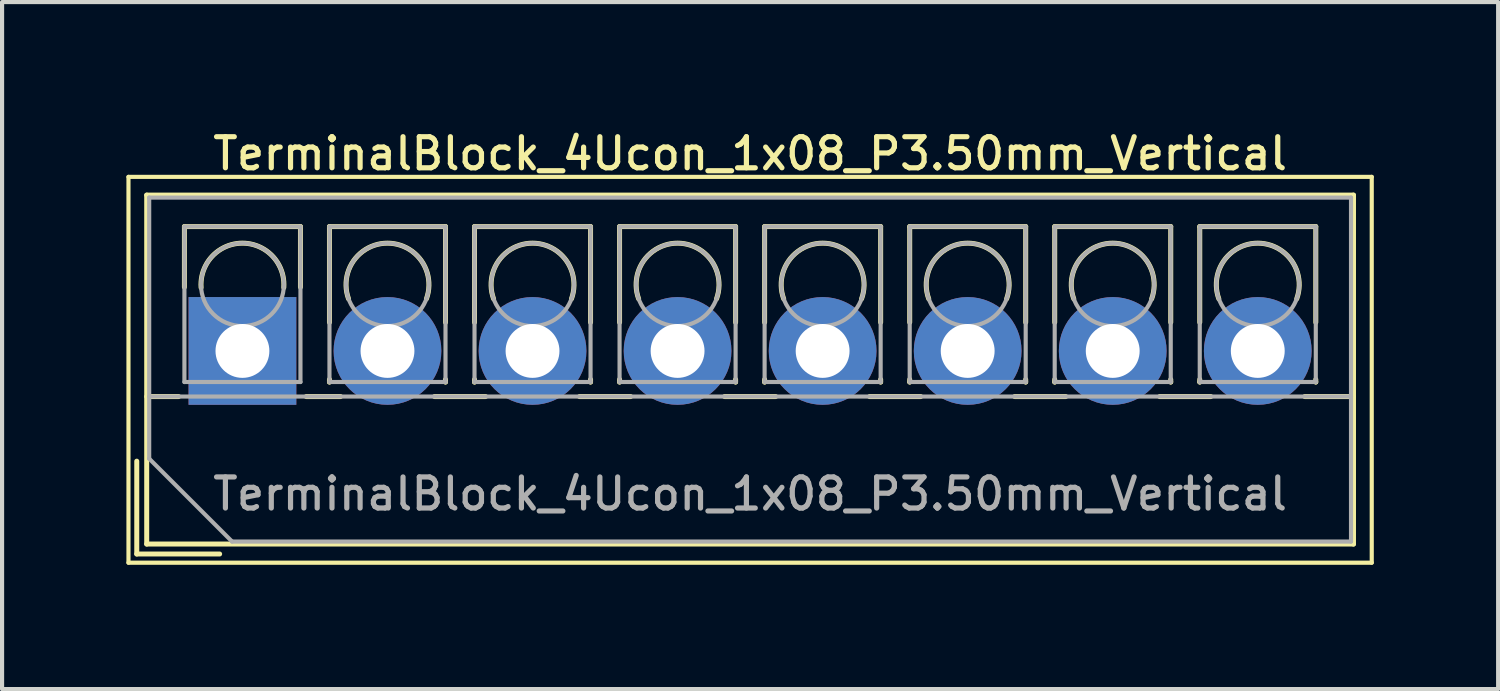
<source format=kicad_pcb>
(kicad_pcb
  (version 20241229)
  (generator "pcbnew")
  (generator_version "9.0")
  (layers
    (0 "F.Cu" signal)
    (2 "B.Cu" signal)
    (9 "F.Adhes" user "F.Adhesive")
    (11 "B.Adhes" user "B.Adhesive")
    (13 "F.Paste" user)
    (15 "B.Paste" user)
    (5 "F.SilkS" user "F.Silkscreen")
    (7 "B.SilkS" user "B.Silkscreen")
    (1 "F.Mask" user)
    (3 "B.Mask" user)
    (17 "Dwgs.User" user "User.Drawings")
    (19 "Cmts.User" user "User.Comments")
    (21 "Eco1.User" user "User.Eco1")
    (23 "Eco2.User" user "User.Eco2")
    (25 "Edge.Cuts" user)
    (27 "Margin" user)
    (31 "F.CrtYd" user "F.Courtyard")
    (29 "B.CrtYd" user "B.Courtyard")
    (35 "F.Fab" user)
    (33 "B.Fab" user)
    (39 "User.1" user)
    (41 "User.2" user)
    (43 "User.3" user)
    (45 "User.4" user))
  (footprint "TerminalBlock_4Ucon_1x08_P3.50mm_Vertical"
    (layer "F.Cu")
    (at 2.8 5.418)
    (property "Reference" "TerminalBlock_4Ucon_1x08_P3.50mm_Vertical" (at 12.25 -4.76 0) (layer "F.SilkS") (effects (font (size 0.75 0.75) (thickness 0.125))))
    (attr through_hole)
    (fp_line (start -2.75 -4.2) (end -2.75 5.11) (stroke (width 0.1) (type solid)) (layer "F.SilkS"))
    (fp_line (start -2.75 5.11) (end 27.25 5.11) (stroke (width 0.1) (type solid)) (layer "F.SilkS"))
    (fp_line (start -2.55 2.66) (end -2.55 4.9) (stroke (width 0.12) (type solid)) (layer "F.SilkS"))
    (fp_line (start -2.55 4.9) (end -0.55 4.9) (stroke (width 0.12) (type solid)) (layer "F.SilkS"))
    (fp_line (start -2.31 -3.76) (end -2.31 4.66) (stroke (width 0.12) (type solid)) (layer "F.SilkS"))
    (fp_line (start -2.31 -3.76) (end 26.81 -3.76) (stroke (width 0.12) (type solid)) (layer "F.SilkS"))
    (fp_line (start -2.31 1.101) (end -1.54 1.101) (stroke (width 0.12) (type solid)) (layer "F.SilkS"))
    (fp_line (start -2.31 4.66) (end 26.81 4.66) (stroke (width 0.12) (type solid)) (layer "F.SilkS"))
    (fp_line (start -1.4 -3) (end -1.4 -1.54) (stroke (width 0.12) (type solid)) (layer "F.SilkS"))
    (fp_line (start -1.4 -3) (end 1.4 -3) (stroke (width 0.12) (type solid)) (layer "F.SilkS"))
    (fp_line (start 1.4 -3) (end 1.4 -1.54) (stroke (width 0.12) (type solid)) (layer "F.SilkS"))
    (fp_line (start 1.54 1.101) (end 2.367 1.101) (stroke (width 0.12) (type solid)) (layer "F.SilkS"))
    (fp_line (start 2.1 -3) (end 2.1 -0.689) (stroke (width 0.12) (type solid)) (layer "F.SilkS"))
    (fp_line (start 2.1 -3) (end 4.9 -3) (stroke (width 0.12) (type solid)) (layer "F.SilkS"))
    (fp_line (start 2.1 0.689) (end 2.1 0.75) (stroke (width 0.12) (type solid)) (layer "F.SilkS"))
    (fp_line (start 2.1 0.75) (end 2.101 0.75) (stroke (width 0.12) (type solid)) (layer "F.SilkS"))
    (fp_line (start 4.634 1.101) (end 5.867 1.101) (stroke (width 0.12) (type solid)) (layer "F.SilkS"))
    (fp_line (start 4.9 -3) (end 4.9 -0.689) (stroke (width 0.12) (type solid)) (layer "F.SilkS"))
    (fp_line (start 4.9 0.689) (end 4.9 0.75) (stroke (width 0.12) (type solid)) (layer "F.SilkS"))
    (fp_line (start 4.9 0.75) (end 4.9 0.75) (stroke (width 0.12) (type solid)) (layer "F.SilkS"))
    (fp_line (start 5.6 -3) (end 5.6 -0.689) (stroke (width 0.12) (type solid)) (layer "F.SilkS"))
    (fp_line (start 5.6 -3) (end 8.4 -3) (stroke (width 0.12) (type solid)) (layer "F.SilkS"))
    (fp_line (start 5.6 0.689) (end 5.6 0.75) (stroke (width 0.12) (type solid)) (layer "F.SilkS"))
    (fp_line (start 5.6 0.75) (end 5.601 0.75) (stroke (width 0.12) (type solid)) (layer "F.SilkS"))
    (fp_line (start 8.134 1.101) (end 9.367 1.101) (stroke (width 0.12) (type solid)) (layer "F.SilkS"))
    (fp_line (start 8.4 -3) (end 8.4 -0.689) (stroke (width 0.12) (type solid)) (layer "F.SilkS"))
    (fp_line (start 8.4 0.689) (end 8.4 0.75) (stroke (width 0.12) (type solid)) (layer "F.SilkS"))
    (fp_line (start 8.4 0.75) (end 8.4 0.75) (stroke (width 0.12) (type solid)) (layer "F.SilkS"))
    (fp_line (start 9.1 -3) (end 9.1 -0.689) (stroke (width 0.12) (type solid)) (layer "F.SilkS"))
    (fp_line (start 9.1 -3) (end 11.9 -3) (stroke (width 0.12) (type solid)) (layer "F.SilkS"))
    (fp_line (start 9.1 0.689) (end 9.1 0.75) (stroke (width 0.12) (type solid)) (layer "F.SilkS"))
    (fp_line (start 9.1 0.75) (end 9.101 0.75) (stroke (width 0.12) (type solid)) (layer "F.SilkS"))
    (fp_line (start 11.634 1.101) (end 12.867 1.101) (stroke (width 0.12) (type solid)) (layer "F.SilkS"))
    (fp_line (start 11.9 -3) (end 11.9 -0.689) (stroke (width 0.12) (type solid)) (layer "F.SilkS"))
    (fp_line (start 11.9 0.689) (end 11.9 0.75) (stroke (width 0.12) (type solid)) (layer "F.SilkS"))
    (fp_line (start 11.9 0.75) (end 11.9 0.75) (stroke (width 0.12) (type solid)) (layer "F.SilkS"))
    (fp_line (start 12.6 -3) (end 12.6 -0.689) (stroke (width 0.12) (type solid)) (layer "F.SilkS"))
    (fp_line (start 12.6 -3) (end 15.4 -3) (stroke (width 0.12) (type solid)) (layer "F.SilkS"))
    (fp_line (start 12.6 0.689) (end 12.6 0.75) (stroke (width 0.12) (type solid)) (layer "F.SilkS"))
    (fp_line (start 12.6 0.75) (end 12.601 0.75) (stroke (width 0.12) (type solid)) (layer "F.SilkS"))
    (fp_line (start 15.134 1.101) (end 16.367 1.101) (stroke (width 0.12) (type solid)) (layer "F.SilkS"))
    (fp_line (start 15.4 -3) (end 15.4 -0.689) (stroke (width 0.12) (type solid)) (layer "F.SilkS"))
    (fp_line (start 15.4 0.689) (end 15.4 0.75) (stroke (width 0.12) (type solid)) (layer "F.SilkS"))
    (fp_line (start 15.4 0.75) (end 15.4 0.75) (stroke (width 0.12) (type solid)) (layer "F.SilkS"))
    (fp_line (start 16.101 -3) (end 16.101 -0.689) (stroke (width 0.12) (type solid)) (layer "F.SilkS"))
    (fp_line (start 16.101 -3) (end 18.9 -3) (stroke (width 0.12) (type solid)) (layer "F.SilkS"))
    (fp_line (start 16.101 0.689) (end 16.101 0.75) (stroke (width 0.12) (type solid)) (layer "F.SilkS"))
    (fp_line (start 16.101 0.75) (end 16.101 0.75) (stroke (width 0.12) (type solid)) (layer "F.SilkS"))
    (fp_line (start 18.634 1.101) (end 19.867 1.101) (stroke (width 0.12) (type solid)) (layer "F.SilkS"))
    (fp_line (start 18.9 -3) (end 18.9 -0.689) (stroke (width 0.12) (type solid)) (layer "F.SilkS"))
    (fp_line (start 18.9 0.689) (end 18.9 0.75) (stroke (width 0.12) (type solid)) (layer "F.SilkS"))
    (fp_line (start 18.9 0.75) (end 18.9 0.75) (stroke (width 0.12) (type solid)) (layer "F.SilkS"))
    (fp_line (start 19.6 -3) (end 19.6 -0.689) (stroke (width 0.12) (type solid)) (layer "F.SilkS"))
    (fp_line (start 19.6 -3) (end 22.4 -3) (stroke (width 0.12) (type solid)) (layer "F.SilkS"))
    (fp_line (start 19.6 0.689) (end 19.6 0.75) (stroke (width 0.12) (type solid)) (layer "F.SilkS"))
    (fp_line (start 19.6 0.75) (end 19.601 0.75) (stroke (width 0.12) (type solid)) (layer "F.SilkS"))
    (fp_line (start 22.134 1.101) (end 23.367 1.101) (stroke (width 0.12) (type solid)) (layer "F.SilkS"))
    (fp_line (start 22.4 -3) (end 22.4 -0.689) (stroke (width 0.12) (type solid)) (layer "F.SilkS"))
    (fp_line (start 22.4 0.689) (end 22.4 0.75) (stroke (width 0.12) (type solid)) (layer "F.SilkS"))
    (fp_line (start 22.4 0.75) (end 22.4 0.75) (stroke (width 0.12) (type solid)) (layer "F.SilkS"))
    (fp_line (start 23.1 -3) (end 23.1 -0.689) (stroke (width 0.12) (type solid)) (layer "F.SilkS"))
    (fp_line (start 23.1 -3) (end 25.9 -3) (stroke (width 0.12) (type solid)) (layer "F.SilkS"))
    (fp_line (start 23.1 0.689) (end 23.1 0.75) (stroke (width 0.12) (type solid)) (layer "F.SilkS"))
    (fp_line (start 23.1 0.75) (end 23.101 0.75) (stroke (width 0.12) (type solid)) (layer "F.SilkS"))
    (fp_line (start 25.634 1.101) (end 26.81 1.101) (stroke (width 0.12) (type solid)) (layer "F.SilkS"))
    (fp_line (start 25.9 -3) (end 25.9 -0.689) (stroke (width 0.12) (type solid)) (layer "F.SilkS"))
    (fp_line (start 25.9 0.689) (end 25.9 0.75) (stroke (width 0.12) (type solid)) (layer "F.SilkS"))
    (fp_line (start 25.9 0.75) (end 25.9 0.75) (stroke (width 0.12) (type solid)) (layer "F.SilkS"))
    (fp_line (start 26.81 -3.76) (end 26.81 4.66) (stroke (width 0.12) (type solid)) (layer "F.SilkS"))
    (fp_line (start 27.25 -4.2) (end -2.75 -4.2) (stroke (width 0.1) (type solid)) (layer "F.SilkS"))
    (fp_line (start 27.25 5.11) (end 27.25 -4.2) (stroke (width 0.1) (type solid)) (layer "F.SilkS"))
    (fp_arc (start -0.99789 -1.529434) (mid -0.000785 -2.600382) (end 0.998 -1.531) (stroke (width 0.12) (type solid)) (layer "F.SilkS"))
    (fp_arc (start 2.560085 -1.257767) (mid 3.499876 -2.600282) (end 4.44 -1.258) (stroke (width 0.12) (type solid)) (layer "F.SilkS"))
    (fp_arc (start 6.060085 -1.257767) (mid 6.999876 -2.600282) (end 7.94 -1.258) (stroke (width 0.12) (type solid)) (layer "F.SilkS"))
    (fp_arc (start 9.560085 -1.257767) (mid 10.499876 -2.600282) (end 11.44 -1.258) (stroke (width 0.12) (type solid)) (layer "F.SilkS"))
    (fp_arc (start 13.060085 -1.257767) (mid 13.999876 -2.600282) (end 14.94 -1.258) (stroke (width 0.12) (type solid)) (layer "F.SilkS"))
    (fp_arc (start 16.560085 -1.257767) (mid 17.499876 -2.600282) (end 18.44 -1.258) (stroke (width 0.12) (type solid)) (layer "F.SilkS"))
    (fp_arc (start 20.060085 -1.257767) (mid 20.999876 -2.600282) (end 21.94 -1.258) (stroke (width 0.12) (type solid)) (layer "F.SilkS"))
    (fp_arc (start 23.560085 -1.257767) (mid 24.499876 -2.600282) (end 25.44 -1.258) (stroke (width 0.12) (type solid)) (layer "F.SilkS"))
    (fp_line (start -2.25 -3.7) (end 26.75 -3.7) (stroke (width 0.1) (type solid)) (layer "F.Fab"))
    (fp_line (start -2.25 1.1) (end 26.75 1.1) (stroke (width 0.1) (type solid)) (layer "F.Fab"))
    (fp_line (start -2.25 2.6) (end -2.25 -3.7) (stroke (width 0.1) (type solid)) (layer "F.Fab"))
    (fp_line (start -1.4 -3) (end -1.4 0.75) (stroke (width 0.1) (type solid)) (layer "F.Fab"))
    (fp_line (start -1.4 0.75) (end 1.4 0.75) (stroke (width 0.1) (type solid)) (layer "F.Fab"))
    (fp_line (start -0.25 4.6) (end -2.25 2.6) (stroke (width 0.1) (type solid)) (layer "F.Fab"))
    (fp_line (start 1.4 -3) (end -1.4 -3) (stroke (width 0.1) (type solid)) (layer "F.Fab"))
    (fp_line (start 1.4 0.75) (end 1.4 -3) (stroke (width 0.1) (type solid)) (layer "F.Fab"))
    (fp_line (start 2.1 -3) (end 2.1 0.75) (stroke (width 0.1) (type solid)) (layer "F.Fab"))
    (fp_line (start 2.1 0.75) (end 4.9 0.75) (stroke (width 0.1) (type solid)) (layer "F.Fab"))
    (fp_line (start 4.9 -3) (end 2.1 -3) (stroke (width 0.1) (type solid)) (layer "F.Fab"))
    (fp_line (start 4.9 0.75) (end 4.9 -3) (stroke (width 0.1) (type solid)) (layer "F.Fab"))
    (fp_line (start 5.6 -3) (end 5.6 0.75) (stroke (width 0.1) (type solid)) (layer "F.Fab"))
    (fp_line (start 5.6 0.75) (end 8.4 0.75) (stroke (width 0.1) (type solid)) (layer "F.Fab"))
    (fp_line (start 8.4 -3) (end 5.6 -3) (stroke (width 0.1) (type solid)) (layer "F.Fab"))
    (fp_line (start 8.4 0.75) (end 8.4 -3) (stroke (width 0.1) (type solid)) (layer "F.Fab"))
    (fp_line (start 9.1 -3) (end 9.1 0.75) (stroke (width 0.1) (type solid)) (layer "F.Fab"))
    (fp_line (start 9.1 0.75) (end 11.9 0.75) (stroke (width 0.1) (type solid)) (layer "F.Fab"))
    (fp_line (start 11.9 -3) (end 9.1 -3) (stroke (width 0.1) (type solid)) (layer "F.Fab"))
    (fp_line (start 11.9 0.75) (end 11.9 -3) (stroke (width 0.1) (type solid)) (layer "F.Fab"))
    (fp_line (start 12.6 -3) (end 12.6 0.75) (stroke (width 0.1) (type solid)) (layer "F.Fab"))
    (fp_line (start 12.6 0.75) (end 15.4 0.75) (stroke (width 0.1) (type solid)) (layer "F.Fab"))
    (fp_line (start 15.4 -3) (end 12.6 -3) (stroke (width 0.1) (type solid)) (layer "F.Fab"))
    (fp_line (start 15.4 0.75) (end 15.4 -3) (stroke (width 0.1) (type solid)) (layer "F.Fab"))
    (fp_line (start 16.101 -3) (end 16.101 0.75) (stroke (width 0.1) (type solid)) (layer "F.Fab"))
    (fp_line (start 16.101 0.75) (end 18.9 0.75) (stroke (width 0.1) (type solid)) (layer "F.Fab"))
    (fp_line (start 18.9 -3) (end 16.101 -3) (stroke (width 0.1) (type solid)) (layer "F.Fab"))
    (fp_line (start 18.9 0.75) (end 18.9 -3) (stroke (width 0.1) (type solid)) (layer "F.Fab"))
    (fp_line (start 19.6 -3) (end 19.6 0.75) (stroke (width 0.1) (type solid)) (layer "F.Fab"))
    (fp_line (start 19.6 0.75) (end 22.4 0.75) (stroke (width 0.1) (type solid)) (layer "F.Fab"))
    (fp_line (start 22.4 -3) (end 19.6 -3) (stroke (width 0.1) (type solid)) (layer "F.Fab"))
    (fp_line (start 22.4 0.75) (end 22.4 -3) (stroke (width 0.1) (type solid)) (layer "F.Fab"))
    (fp_line (start 23.1 -3) (end 23.1 0.75) (stroke (width 0.1) (type solid)) (layer "F.Fab"))
    (fp_line (start 23.1 0.75) (end 25.9 0.75) (stroke (width 0.1) (type solid)) (layer "F.Fab"))
    (fp_line (start 25.9 -3) (end 23.1 -3) (stroke (width 0.1) (type solid)) (layer "F.Fab"))
    (fp_line (start 25.9 0.75) (end 25.9 -3) (stroke (width 0.1) (type solid)) (layer "F.Fab"))
    (fp_line (start 26.75 -3.7) (end 26.75 4.6) (stroke (width 0.1) (type solid)) (layer "F.Fab"))
    (fp_line (start 26.75 4.6) (end -0.25 4.6) (stroke (width 0.1) (type solid)) (layer "F.Fab"))
    (fp_circle (center 0 -1.6) (end 1 -1.6) (stroke (width 0.1) (type solid)) (fill no) (layer "F.Fab"))
    (fp_circle (center 3.5 -1.6) (end 4.5 -1.6) (stroke (width 0.1) (type solid)) (fill no) (layer "F.Fab"))
    (fp_circle (center 7 -1.6) (end 8 -1.6) (stroke (width 0.1) (type solid)) (fill no) (layer "F.Fab"))
    (fp_circle (center 10.5 -1.6) (end 11.5 -1.6) (stroke (width 0.1) (type solid)) (fill no) (layer "F.Fab"))
    (fp_circle (center 14 -1.6) (end 15 -1.6) (stroke (width 0.1) (type solid)) (fill no) (layer "F.Fab"))
    (fp_circle (center 17.5 -1.6) (end 18.5 -1.6) (stroke (width 0.1) (type solid)) (fill no) (layer "F.Fab"))
    (fp_circle (center 21 -1.6) (end 22 -1.6) (stroke (width 0.1) (type solid)) (fill no) (layer "F.Fab"))
    (fp_circle (center 24.5 -1.6) (end 25.5 -1.6) (stroke (width 0.1) (type solid)) (fill no) (layer "F.Fab"))
    (fp_text user "${REFERENCE}" (at 12.25 3.45 0) (layer "F.Fab") (effects (font (size 0.75 0.75) (thickness 0.125))))
    (pad "1" thru_hole rect (at 0 0) (size 2.6 2.6) (drill 1.3) (layers "*.Cu" "*.Mask"))
    (pad "2" thru_hole circle (at 3.5 0) (size 2.6 2.6) (drill 1.3) (layers "*.Cu" "*.Mask"))
    (pad "3" thru_hole circle (at 7 0) (size 2.6 2.6) (drill 1.3) (layers "*.Cu" "*.Mask"))
    (pad "4" thru_hole circle (at 10.5 0) (size 2.6 2.6) (drill 1.3) (layers "*.Cu" "*.Mask"))
    (pad "5" thru_hole circle (at 14 0) (size 2.6 2.6) (drill 1.3) (layers "*.Cu" "*.Mask"))
    (pad "6" thru_hole circle (at 17.5 0) (size 2.6 2.6) (drill 1.3) (layers "*.Cu" "*.Mask"))
    (pad "7" thru_hole circle (at 21 0) (size 2.6 2.6) (drill 1.3) (layers "*.Cu" "*.Mask"))
    (pad "8" thru_hole circle (at 24.5 0) (size 2.6 2.6) (drill 1.3) (layers "*.Cu" "*.Mask")))
  (gr_rect
    (start -3 -3)
    (end 33.1 13.578)
    (stroke (width 0.1) (type default))
    (fill no)
    (layer "Edge.Cuts")))
</source>
